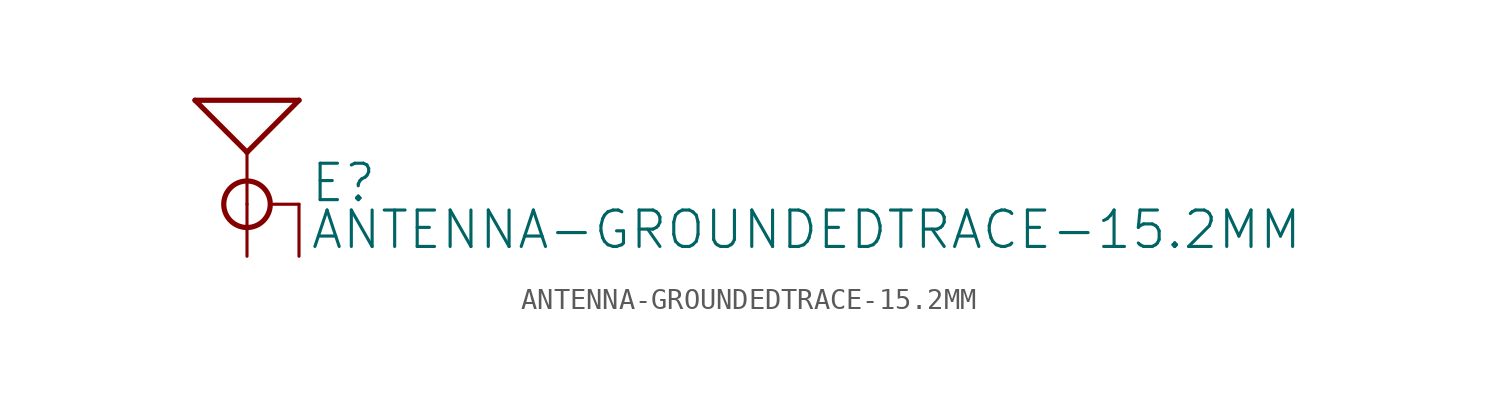
<source format=kicad_sym>
(kicad_symbol_lib
  (version 20211014)
  (generator kicad_symbol_editor)
  (symbol "ANTENNA-GROUNDEDTRACE-15.2MM"
    (property "Reference" "E"
      (at 3.048 0 0)
      (effects (font (size 1.778 1.778)) (justify left bottom)))
    (property "Value" "ANTENNA-GROUNDEDTRACE-15.2MM"
      (at 3.048 -2.286 0)
      (effects (font (size 1.778 1.778)) (justify left bottom)))
    (property "ki_locked" ""
      (at 0 0 0)
      (effects (font (size 1.27 1.27))))
    (symbol "ANTENNA-GROUNDEDTRACE-15.2MM_1_0"
      (polyline (pts (xy -2.54 5.08) (xy 2.54 5.08)) (stroke (width 0.254) (type default) (color 0 0 0 0)) (fill (type none)))
      (polyline (pts (xy 0 2.54) (xy -2.54 5.08)) (stroke (width 0.254) (type default) (color 0 0 0 0)) (fill (type none)))
      (polyline (pts (xy 0 2.54) (xy 0 0)) (stroke (width 0.152) (type default) (color 0 0 0 0)) (fill (type none)))
      (polyline (pts (xy 0 2.54) (xy 2.54 5.08)) (stroke (width 0.254) (type default) (color 0 0 0 0)) (fill (type none)))
      (polyline (pts (xy 1.27 0) (xy 2.54 0)) (stroke (width 0.152) (type default) (color 0 0 0 0)) (fill (type none)))
      (circle (center 0 0) (radius 1.136) (stroke (width 0.254) (type default) (color 0 0 0 0)) (fill (type none)))
      (pin bidirectional line (at 0 -2.54 90) (length 2.54) (name "SIGNAL" (effects (font (size 0 0)))) (number "ANT" (effects (font (size 0 0)))))
      (pin bidirectional line (at 2.54 -2.54 90) (length 2.54) (name "GND" (effects (font (size 0 0)))) (number "GND" (effects (font (size 0 0))))))))
</source>
